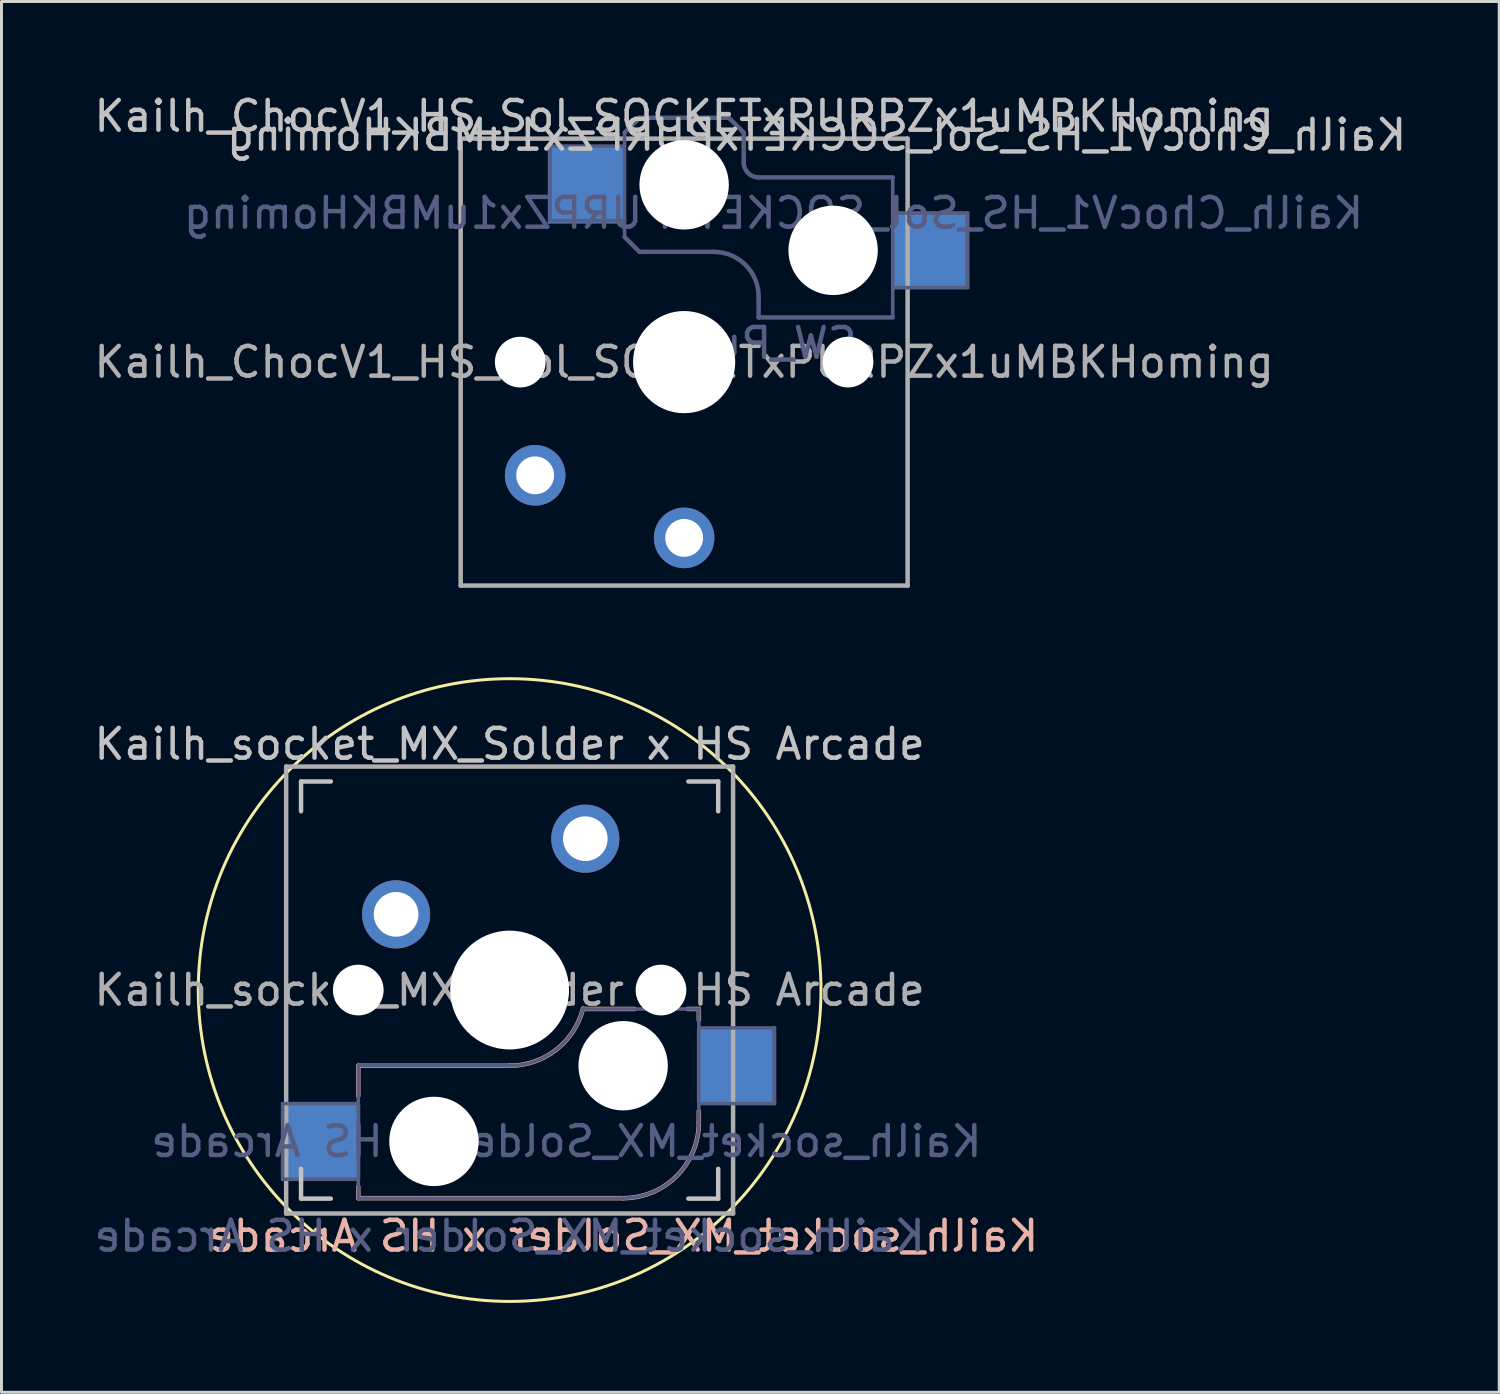
<source format=kicad_pcb>
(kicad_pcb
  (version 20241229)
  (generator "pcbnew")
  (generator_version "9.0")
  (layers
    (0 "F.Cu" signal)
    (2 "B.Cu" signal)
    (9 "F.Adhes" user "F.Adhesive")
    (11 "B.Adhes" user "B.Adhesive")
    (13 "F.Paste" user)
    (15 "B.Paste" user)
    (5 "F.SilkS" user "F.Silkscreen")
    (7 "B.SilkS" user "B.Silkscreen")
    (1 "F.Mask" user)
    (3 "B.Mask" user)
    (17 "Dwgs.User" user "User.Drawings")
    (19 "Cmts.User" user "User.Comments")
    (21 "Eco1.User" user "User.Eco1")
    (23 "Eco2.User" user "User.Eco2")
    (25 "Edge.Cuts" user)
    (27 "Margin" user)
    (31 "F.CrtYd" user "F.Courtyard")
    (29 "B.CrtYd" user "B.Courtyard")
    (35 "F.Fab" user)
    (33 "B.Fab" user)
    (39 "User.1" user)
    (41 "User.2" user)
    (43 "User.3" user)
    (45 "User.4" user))
  (footprint "Kailh_socket_MX_Solder x HS Arcade"
    (layer "F.Cu")
    (at 14.054 30.178)
    (property "Reference" "Kailh_socket_MX_Solder x HS Arcade" (at 0 -8.255 0) (layer "Dwgs.User") (effects (font (size 1 1) (thickness 0.15))))
    (property "Value" "Kailh_socket_MX_Solder x HS Arcade" (at 0 8.255 0) (layer "F.Fab") (hide yes) (effects (font (size 1 1) (thickness 0.15))))
    (attr through_hole)
    (fp_circle (center 0 0) (end 10.45 0) (stroke (width 0.1) (type default)) (fill no) (layer "F.SilkS"))
    (fp_line (start -5.08 2.54) (end -5.08 3.556) (stroke (width 0.15) (type solid)) (layer "B.SilkS"))
    (fp_line (start -5.08 6.604) (end -5.08 6.985) (stroke (width 0.15) (type solid)) (layer "B.SilkS"))
    (fp_line (start -5.08 6.985) (end 3.81 6.985) (stroke (width 0.15) (type solid)) (layer "B.SilkS"))
    (fp_line (start 0 2.54) (end -5.08 2.54) (stroke (width 0.15) (type solid)) (layer "B.SilkS"))
    (fp_line (start 4.191 0.635) (end 2.54 0.635) (stroke (width 0.15) (type solid)) (layer "B.SilkS"))
    (fp_line (start 6.35 0.635) (end 5.969 0.635) (stroke (width 0.15) (type solid)) (layer "B.SilkS"))
    (fp_line (start 6.35 1.016) (end 6.35 0.635) (stroke (width 0.15) (type solid)) (layer "B.SilkS"))
    (fp_line (start 6.35 4.445) (end 6.35 4.064) (stroke (width 0.15) (type solid)) (layer "B.SilkS"))
    (fp_arc (start 2.464162 0.61604) (mid 1.563147 2.002042) (end 0 2.54) (stroke (width 0.15) (type solid)) (layer "B.SilkS"))
    (fp_arc (start 6.35 4.445) (mid 5.606051 6.241051) (end 3.81 6.985) (stroke (width 0.15) (type solid)) (layer "B.SilkS"))
    (fp_line (start -7 -6) (end -7 -7) (stroke (width 0.15) (type solid)) (layer "Dwgs.User"))
    (fp_line (start -7 7) (end -7 6) (stroke (width 0.15) (type solid)) (layer "Dwgs.User"))
    (fp_line (start -7 7) (end -6 7) (stroke (width 0.15) (type solid)) (layer "Dwgs.User"))
    (fp_line (start -6 -7) (end -7 -7) (stroke (width 0.15) (type solid)) (layer "Dwgs.User"))
    (fp_line (start 6 7) (end 7 7) (stroke (width 0.15) (type solid)) (layer "Dwgs.User"))
    (fp_line (start 7 -7) (end 6 -7) (stroke (width 0.15) (type solid)) (layer "Dwgs.User"))
    (fp_line (start 7 -7) (end 7 -6) (stroke (width 0.15) (type solid)) (layer "Dwgs.User"))
    (fp_line (start 7 6) (end 7 7) (stroke (width 0.15) (type solid)) (layer "Dwgs.User"))
    (fp_line (start -6.9 6.9) (end -6.9 -6.9) (stroke (width 0.15) (type solid)) (layer "Eco2.User"))
    (fp_line (start -6.9 6.9) (end 6.9 6.9) (stroke (width 0.15) (type solid)) (layer "Eco2.User"))
    (fp_line (start 6.9 -6.9) (end -6.9 -6.9) (stroke (width 0.15) (type solid)) (layer "Eco2.User"))
    (fp_line (start 6.9 -6.9) (end 6.9 6.9) (stroke (width 0.15) (type solid)) (layer "Eco2.User"))
    (fp_line (start -7.62 3.81) (end -7.62 6.35) (stroke (width 0.12) (type solid)) (layer "B.Fab"))
    (fp_line (start -7.62 6.35) (end -5.08 6.35) (stroke (width 0.12) (type solid)) (layer "B.Fab"))
    (fp_line (start -5.08 2.54) (end -5.08 6.985) (stroke (width 0.12) (type solid)) (layer "B.Fab"))
    (fp_line (start -5.08 3.81) (end -7.62 3.81) (stroke (width 0.12) (type solid)) (layer "B.Fab"))
    (fp_line (start -5.08 6.985) (end 3.81 6.985) (stroke (width 0.12) (type solid)) (layer "B.Fab"))
    (fp_line (start 0 2.54) (end -5.08 2.54) (stroke (width 0.12) (type solid)) (layer "B.Fab"))
    (fp_line (start 6.35 0.635) (end 2.54 0.635) (stroke (width 0.12) (type solid)) (layer "B.Fab"))
    (fp_line (start 6.35 3.81) (end 8.89 3.81) (stroke (width 0.12) (type solid)) (layer "B.Fab"))
    (fp_line (start 6.35 4.445) (end 6.35 0.635) (stroke (width 0.12) (type solid)) (layer "B.Fab"))
    (fp_line (start 8.89 1.27) (end 6.35 1.27) (stroke (width 0.12) (type solid)) (layer "B.Fab"))
    (fp_line (start 8.89 3.81) (end 8.89 1.27) (stroke (width 0.12) (type solid)) (layer "B.Fab"))
    (fp_arc (start 2.464162 0.61604) (mid 1.563147 2.002042) (end 0 2.54) (stroke (width 0.12) (type solid)) (layer "B.Fab"))
    (fp_arc (start 6.35 4.445) (mid 5.606051 6.241051) (end 3.81 6.985) (stroke (width 0.12) (type solid)) (layer "B.Fab"))
    (fp_line (start -7.5 -7.5) (end 7.5 -7.5) (stroke (width 0.15) (type solid)) (layer "F.Fab"))
    (fp_line (start -7.5 7.5) (end -7.5 -7.5) (stroke (width 0.15) (type solid)) (layer "F.Fab"))
    (fp_line (start 7.5 -7.5) (end 7.5 7.5) (stroke (width 0.15) (type solid)) (layer "F.Fab"))
    (fp_line (start 7.5 7.5) (end -7.5 7.5) (stroke (width 0.15) (type solid)) (layer "F.Fab"))
    (fp_text user "${REFERENCE}" (at 3.81 8.255 0) (layer "B.SilkS") (effects (font (size 1 1) (thickness 0.15)) (justify mirror)))
    (fp_text user "${VALUE}" (at 0 8.255 0) (layer "B.Fab") (effects (font (size 1 1) (thickness 0.15)) (justify mirror)))
    (fp_text user "${REFERENCE}" (at 1.905 5.08 0) (layer "B.Fab") (effects (font (size 1 1) (thickness 0.15)) (justify mirror)))
    (fp_text user "${REFERENCE}" (at 0 0 0) (layer "F.Fab") (effects (font (size 1 1) (thickness 0.15))))
    (pad "" np_thru_hole circle (at -5.08 0) (size 1.702 1.702) (drill 1.702) (layers "*.Cu" "*.Mask"))
    (pad "" np_thru_hole circle (at -2.54 5.08) (size 3 3) (drill 3) (layers "*.Cu" "*.Mask"))
    (pad "" np_thru_hole circle (at 0 0) (size 3.988 3.988) (drill 3.988) (layers "*.Cu" "*.Mask"))
    (pad "" np_thru_hole circle (at 3.81 2.54) (size 3 3) (drill 3) (layers "*.Cu" "*.Mask"))
    (pad "" np_thru_hole circle (at 5.08 0) (size 1.702 1.702) (drill 1.702) (layers "*.Cu" "*.Mask"))
    (pad "1" smd rect (at -6.29 5.08) (size 2.55 2.5) (layers "B.Cu" "B.Mask" "B.Paste"))
    (pad "1" thru_hole circle (at 2.54 -5.08) (size 2.286 2.286) (drill 1.499) (layers "*.Cu" "*.Mask"))
    (pad "2" thru_hole circle (at -3.81 -2.54) (size 2.286 2.286) (drill 1.499) (layers "*.Cu" "*.Mask"))
    (pad "2" smd rect (at 7.56 2.54) (size 2.55 2.5) (layers "B.Cu" "B.Mask" "B.Paste")))
  (footprint "Kailh_ChocV1_HS_Sol_SOCKETxPURPZx1uMBKHoming"
    (layer "F.Cu")
    (at 19.911 9.103)
    (property "Reference" "Kailh_ChocV1_HS_Sol_SOCKETxPURPZx1uMBKHoming" (at 0 -8.255 180) (layer "Dwgs.User") (effects (font (size 1 1) (thickness 0.15))))
    (property "Value" "SW_Push" (at -0.087 7.536 180) (layer "F.Fab") (hide yes) (effects (font (size 1 1) (thickness 0.15))))
    (attr through_hole)
    (fp_line (start -6.9 6.9) (end -6.9 -6.9) (stroke (width 0.15) (type solid)) (layer "Eco2.User"))
    (fp_line (start -6.9 6.9) (end 6.9 6.9) (stroke (width 0.15) (type solid)) (layer "Eco2.User"))
    (fp_line (start -2.6 -3.1) (end -2.6 -6.3) (stroke (width 0.15) (type solid)) (layer "Eco2.User"))
    (fp_line (start -2.6 -3.1) (end 2.6 -3.1) (stroke (width 0.15) (type solid)) (layer "Eco2.User"))
    (fp_line (start 2.6 -6.3) (end -2.6 -6.3) (stroke (width 0.15) (type solid)) (layer "Eco2.User"))
    (fp_line (start 2.6 -3.1) (end 2.6 -6.3) (stroke (width 0.15) (type solid)) (layer "Eco2.User"))
    (fp_line (start 6.9 -6.9) (end -6.9 -6.9) (stroke (width 0.15) (type solid)) (layer "Eco2.User"))
    (fp_line (start 6.9 -6.9) (end 6.9 6.9) (stroke (width 0.15) (type solid)) (layer "Eco2.User"))
    (fp_line (start -4.5 -7.25) (end -2 -7.25) (stroke (width 0.12) (type solid)) (layer "B.Fab"))
    (fp_line (start -4.5 -4.75) (end -4.5 -7.25) (stroke (width 0.12) (type solid)) (layer "B.Fab"))
    (fp_line (start -2 -7.7) (end -1.5 -8.2) (stroke (width 0.15) (type solid)) (layer "B.Fab"))
    (fp_line (start -2 -4.75) (end -4.5 -4.75) (stroke (width 0.12) (type solid)) (layer "B.Fab"))
    (fp_line (start -2 -4.25) (end -2 -7.7) (stroke (width 0.12) (type solid)) (layer "B.Fab"))
    (fp_line (start -2 -4.2) (end -1.5 -3.7) (stroke (width 0.15) (type solid)) (layer "B.Fab"))
    (fp_line (start -1.5 -8.2) (end 1.5 -8.2) (stroke (width 0.15) (type solid)) (layer "B.Fab"))
    (fp_line (start -1.5 -3.7) (end 1 -3.7) (stroke (width 0.15) (type solid)) (layer "B.Fab"))
    (fp_line (start 1.5 -8.2) (end 2 -7.7) (stroke (width 0.15) (type solid)) (layer "B.Fab"))
    (fp_line (start 2 -6.7) (end 2 -7.7) (stroke (width 0.15) (type solid)) (layer "B.Fab"))
    (fp_line (start 2.5 -2.2) (end 2.5 -1.5) (stroke (width 0.15) (type solid)) (layer "B.Fab"))
    (fp_line (start 2.5 -1.5) (end 7 -1.5) (stroke (width 0.15) (type solid)) (layer "B.Fab"))
    (fp_line (start 7 -6.2) (end 2.5 -6.2) (stroke (width 0.15) (type solid)) (layer "B.Fab"))
    (fp_line (start 7 -5) (end 9.5 -5) (stroke (width 0.12) (type solid)) (layer "B.Fab"))
    (fp_line (start 7 -1.5) (end 7 -6.2) (stroke (width 0.12) (type solid)) (layer "B.Fab"))
    (fp_line (start 9.5 -5) (end 9.5 -2.5) (stroke (width 0.12) (type solid)) (layer "B.Fab"))
    (fp_line (start 9.5 -2.5) (end 7 -2.5) (stroke (width 0.12) (type solid)) (layer "B.Fab"))
    (fp_arc (start 1 -3.7) (mid 2.06066 -3.26066) (end 2.5 -2.2) (stroke (width 0.15) (type solid)) (layer "B.Fab"))
    (fp_arc (start 2.5 -6.2) (mid 2.146447 -6.346447) (end 2 -6.7) (stroke (width 0.15) (type solid)) (layer "B.Fab"))
    (fp_line (start -7.5 -7.5) (end 7.5 -7.5) (stroke (width 0.15) (type solid)) (layer "F.Fab"))
    (fp_line (start -7.5 7.5) (end -7.5 -7.5) (stroke (width 0.15) (type solid)) (layer "F.Fab"))
    (fp_line (start 7.5 -7.5) (end 7.5 7.5) (stroke (width 0.15) (type solid)) (layer "F.Fab"))
    (fp_line (start 7.5 7.5) (end -7.5 7.5) (stroke (width 0.15) (type solid)) (layer "F.Fab"))
    (fp_text user "${REFERENCE}" (at 4.445 -7.62 180) (layer "Dwgs.User") (effects (font (size 1 1) (thickness 0.15)) (justify mirror)))
    (fp_text user "${REFERENCE}" (at 3 -5 180) (layer "B.Fab") (effects (font (size 1 1) (thickness 0.15)) (justify mirror)))
    (fp_text user "${VALUE}" (at 2.54 -0.635 180) (layer "B.Fab") (effects (font (size 1 1) (thickness 0.15)) (justify mirror)))
    (fp_text user "${REFERENCE}" (at 0 0 180) (layer "F.Fab") (effects (font (size 1 1) (thickness 0.15))))
    (pad "" np_thru_hole circle (at -5.5 0) (size 1.702 1.702) (drill 1.702) (layers "*.Cu" "*.Mask"))
    (pad "" np_thru_hole circle (at 0 -5.95) (size 3 3) (drill 3) (layers "*.Cu" "*.Mask"))
    (pad "" np_thru_hole circle (at 0 0) (size 3.429 3.429) (drill 3.429) (layers "*.Cu" "*.Mask"))
    (pad "" np_thru_hole circle (at 5 -3.75) (size 3 3) (drill 3) (layers "*.Cu" "*.Mask"))
    (pad "" np_thru_hole circle (at 5.5 0) (size 1.702 1.702) (drill 1.702) (layers "*.Cu" "*.Mask"))
    (pad "1" thru_hole circle (at 0 5.9) (size 2.032 2.032) (drill 1.27) (layers "*.Cu" "*.Mask"))
    (pad "1" smd rect (at 8.275 -3.75) (size 2.6 2.6) (layers "B.Cu" "B.Mask" "B.Paste"))
    (pad "2" thru_hole circle (at -5 3.8) (size 2.032 2.032) (drill 1.27) (layers "*.Cu" "*.Mask"))
    (pad "2" smd rect (at -3.275 -5.95) (size 2.6 2.6) (layers "B.Cu" "B.Mask" "B.Paste")))
  (gr_rect
    (start -3 -3)
    (end 47.266 43.678)
    (stroke (width 0.1) (type default))
    (fill no)
    (layer "Edge.Cuts")))
</source>
